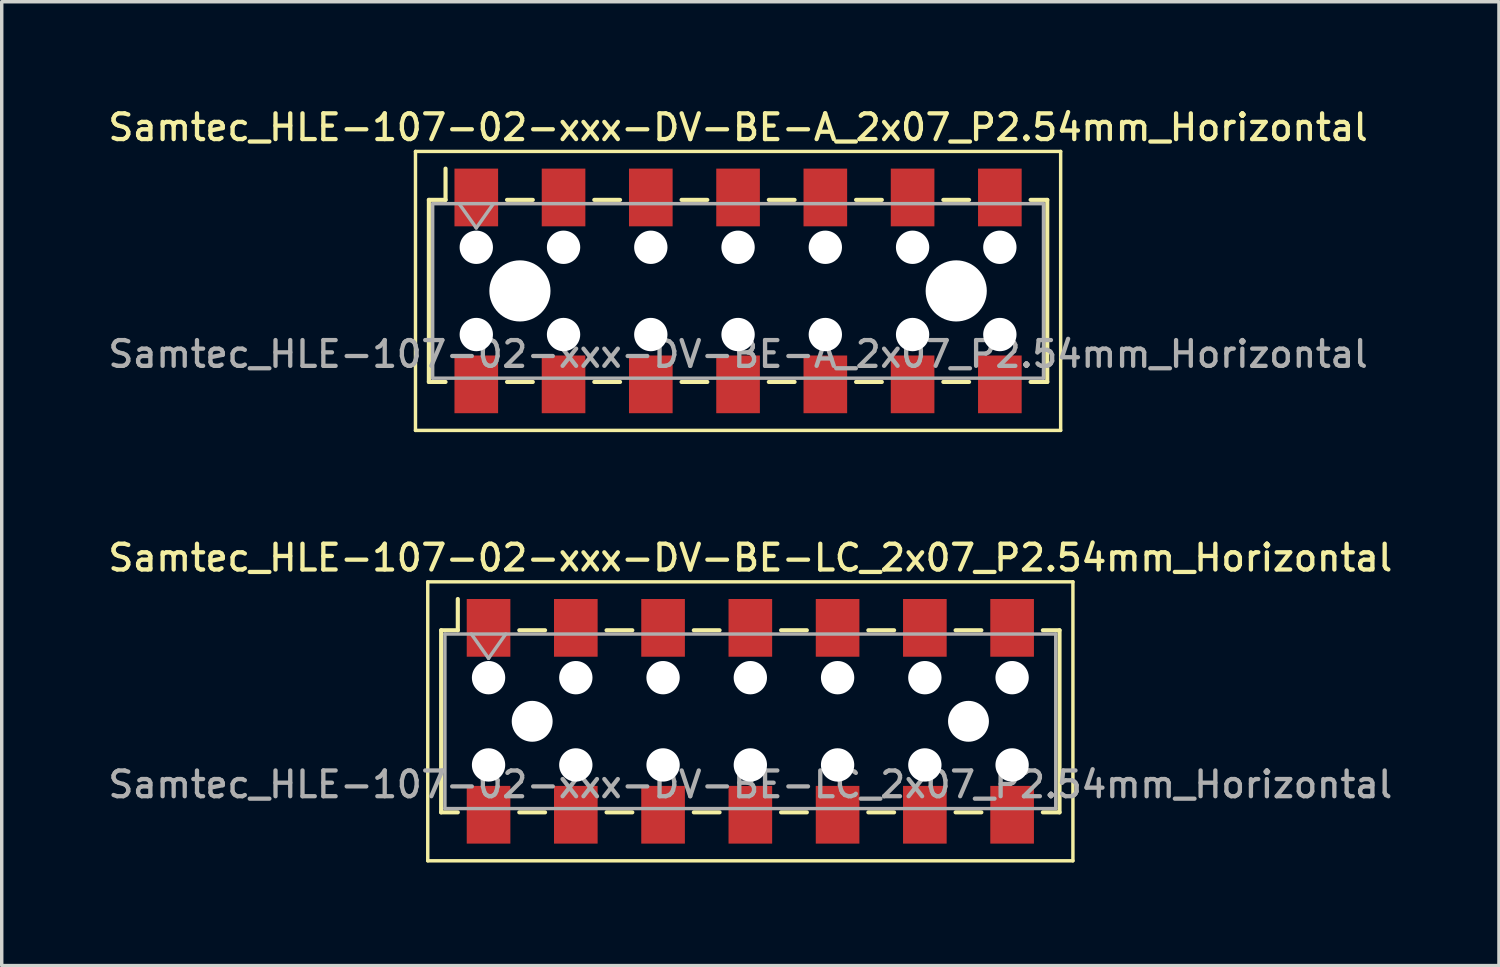
<source format=kicad_pcb>
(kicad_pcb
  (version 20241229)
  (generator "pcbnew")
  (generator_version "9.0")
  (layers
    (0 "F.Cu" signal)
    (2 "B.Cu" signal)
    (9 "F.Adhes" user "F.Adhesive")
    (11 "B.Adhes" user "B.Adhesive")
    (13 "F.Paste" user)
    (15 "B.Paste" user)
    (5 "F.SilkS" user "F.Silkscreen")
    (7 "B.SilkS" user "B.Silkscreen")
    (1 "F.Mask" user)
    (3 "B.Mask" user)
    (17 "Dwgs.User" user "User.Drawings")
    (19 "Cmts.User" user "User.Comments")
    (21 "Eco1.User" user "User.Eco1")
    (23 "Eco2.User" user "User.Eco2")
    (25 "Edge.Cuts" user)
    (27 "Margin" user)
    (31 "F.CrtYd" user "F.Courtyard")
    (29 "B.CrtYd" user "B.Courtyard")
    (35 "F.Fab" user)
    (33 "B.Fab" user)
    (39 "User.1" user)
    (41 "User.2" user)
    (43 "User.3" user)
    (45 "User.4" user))
  (footprint "Samtec_HLE-107-02-xxx-DV-BE-A_2x07_P2.54mm_Horizontal"
    (layer "F.Cu")
    (at 18.434 5.418)
    (property "Reference" "Samtec_HLE-107-02-xxx-DV-BE-A_2x07_P2.54mm_Horizontal" (at 0 -4.76 0) (layer "F.SilkS") (effects (font (size 0.75 0.75) (thickness 0.125))))
    (attr smd)
    (fp_line (start -9.39 -4.06) (end 9.39 -4.06) (stroke (width 0.1) (type solid)) (layer "F.SilkS"))
    (fp_line (start -9.39 4.06) (end -9.39 -4.06) (stroke (width 0.1) (type solid)) (layer "F.SilkS"))
    (fp_line (start -9 -2.65) (end -9 2.65) (stroke (width 0.12) (type solid)) (layer "F.SilkS"))
    (fp_line (start -9 2.65) (end -8.515 2.65) (stroke (width 0.12) (type solid)) (layer "F.SilkS"))
    (fp_line (start -8.515 -3.56) (end -8.515 -2.65) (stroke (width 0.12) (type solid)) (layer "F.SilkS"))
    (fp_line (start -8.515 -2.65) (end -9 -2.65) (stroke (width 0.12) (type solid)) (layer "F.SilkS"))
    (fp_line (start -6.725 -2.65) (end -5.975 -2.65) (stroke (width 0.12) (type solid)) (layer "F.SilkS"))
    (fp_line (start -6.725 2.65) (end -5.975 2.65) (stroke (width 0.12) (type solid)) (layer "F.SilkS"))
    (fp_line (start -4.185 -2.65) (end -3.435 -2.65) (stroke (width 0.12) (type solid)) (layer "F.SilkS"))
    (fp_line (start -4.185 2.65) (end -3.435 2.65) (stroke (width 0.12) (type solid)) (layer "F.SilkS"))
    (fp_line (start -1.645 -2.65) (end -0.895 -2.65) (stroke (width 0.12) (type solid)) (layer "F.SilkS"))
    (fp_line (start -1.645 2.65) (end -0.895 2.65) (stroke (width 0.12) (type solid)) (layer "F.SilkS"))
    (fp_line (start 0.895 -2.65) (end 1.645 -2.65) (stroke (width 0.12) (type solid)) (layer "F.SilkS"))
    (fp_line (start 0.895 2.65) (end 1.645 2.65) (stroke (width 0.12) (type solid)) (layer "F.SilkS"))
    (fp_line (start 3.435 -2.65) (end 4.185 -2.65) (stroke (width 0.12) (type solid)) (layer "F.SilkS"))
    (fp_line (start 3.435 2.65) (end 4.185 2.65) (stroke (width 0.12) (type solid)) (layer "F.SilkS"))
    (fp_line (start 5.975 -2.65) (end 6.725 -2.65) (stroke (width 0.12) (type solid)) (layer "F.SilkS"))
    (fp_line (start 5.975 2.65) (end 6.725 2.65) (stroke (width 0.12) (type solid)) (layer "F.SilkS"))
    (fp_line (start 8.515 -2.65) (end 9 -2.65) (stroke (width 0.12) (type solid)) (layer "F.SilkS"))
    (fp_line (start 9 -2.65) (end 9 2.65) (stroke (width 0.12) (type solid)) (layer "F.SilkS"))
    (fp_line (start 9 2.65) (end 8.515 2.65) (stroke (width 0.12) (type solid)) (layer "F.SilkS"))
    (fp_line (start 9.39 -4.06) (end 9.39 4.06) (stroke (width 0.1) (type solid)) (layer "F.SilkS"))
    (fp_line (start 9.39 4.06) (end -9.39 4.06) (stroke (width 0.1) (type solid)) (layer "F.SilkS"))
    (fp_line (start -8.89 -2.54) (end 8.89 -2.54) (stroke (width 0.1) (type solid)) (layer "F.Fab"))
    (fp_line (start -8.89 2.54) (end -8.89 -2.54) (stroke (width 0.1) (type solid)) (layer "F.Fab"))
    (fp_line (start -8.12 -2.54) (end -7.62 -1.833) (stroke (width 0.1) (type solid)) (layer "F.Fab"))
    (fp_line (start -7.62 -1.833) (end -7.12 -2.54) (stroke (width 0.1) (type solid)) (layer "F.Fab"))
    (fp_line (start 8.89 -2.54) (end 8.89 2.54) (stroke (width 0.1) (type solid)) (layer "F.Fab"))
    (fp_line (start 8.89 2.54) (end -8.89 2.54) (stroke (width 0.1) (type solid)) (layer "F.Fab"))
    (fp_text user "${REFERENCE}" (at 0 1.84 0) (layer "F.Fab") (effects (font (size 0.75 0.75) (thickness 0.125))))
    (pad "" np_thru_hole circle (at -7.62 -1.27) (size 0.97 0.97) (drill 0.97) (layers "*.Cu" "*.Mask"))
    (pad "" np_thru_hole circle (at -7.62 1.27) (size 0.97 0.97) (drill 0.97) (layers "*.Cu" "*.Mask"))
    (pad "" np_thru_hole circle (at -6.35 0) (size 1.78 1.78) (drill 1.78) (layers "*.Cu" "*.Mask"))
    (pad "" np_thru_hole circle (at -5.08 -1.27) (size 0.97 0.97) (drill 0.97) (layers "*.Cu" "*.Mask"))
    (pad "" np_thru_hole circle (at -5.08 1.27) (size 0.97 0.97) (drill 0.97) (layers "*.Cu" "*.Mask"))
    (pad "" np_thru_hole circle (at -2.54 -1.27) (size 0.97 0.97) (drill 0.97) (layers "*.Cu" "*.Mask"))
    (pad "" np_thru_hole circle (at -2.54 1.27) (size 0.97 0.97) (drill 0.97) (layers "*.Cu" "*.Mask"))
    (pad "" np_thru_hole circle (at 0 -1.27) (size 0.97 0.97) (drill 0.97) (layers "*.Cu" "*.Mask"))
    (pad "" np_thru_hole circle (at 0 1.27) (size 0.97 0.97) (drill 0.97) (layers "*.Cu" "*.Mask"))
    (pad "" np_thru_hole circle (at 2.54 -1.27) (size 0.97 0.97) (drill 0.97) (layers "*.Cu" "*.Mask"))
    (pad "" np_thru_hole circle (at 2.54 1.27) (size 0.97 0.97) (drill 0.97) (layers "*.Cu" "*.Mask"))
    (pad "" np_thru_hole circle (at 5.08 -1.27) (size 0.97 0.97) (drill 0.97) (layers "*.Cu" "*.Mask"))
    (pad "" np_thru_hole circle (at 5.08 1.27) (size 0.97 0.97) (drill 0.97) (layers "*.Cu" "*.Mask"))
    (pad "" np_thru_hole circle (at 6.35 0) (size 1.78 1.78) (drill 1.78) (layers "*.Cu" "*.Mask"))
    (pad "" np_thru_hole circle (at 7.62 -1.27) (size 0.97 0.97) (drill 0.97) (layers "*.Cu" "*.Mask"))
    (pad "" np_thru_hole circle (at 7.62 1.27) (size 0.97 0.97) (drill 0.97) (layers "*.Cu" "*.Mask"))
    (pad "1" smd rect (at -7.62 -2.72) (size 1.27 1.68) (layers "F.Cu" "F.Mask" "F.Paste"))
    (pad "2" smd rect (at -7.62 2.72) (size 1.27 1.68) (layers "F.Cu" "F.Mask" "F.Paste"))
    (pad "3" smd rect (at -5.08 -2.72) (size 1.27 1.68) (layers "F.Cu" "F.Mask" "F.Paste"))
    (pad "4" smd rect (at -5.08 2.72) (size 1.27 1.68) (layers "F.Cu" "F.Mask" "F.Paste"))
    (pad "5" smd rect (at -2.54 -2.72) (size 1.27 1.68) (layers "F.Cu" "F.Mask" "F.Paste"))
    (pad "6" smd rect (at -2.54 2.72) (size 1.27 1.68) (layers "F.Cu" "F.Mask" "F.Paste"))
    (pad "7" smd rect (at 0 -2.72) (size 1.27 1.68) (layers "F.Cu" "F.Mask" "F.Paste"))
    (pad "8" smd rect (at 0 2.72) (size 1.27 1.68) (layers "F.Cu" "F.Mask" "F.Paste"))
    (pad "9" smd rect (at 2.54 -2.72) (size 1.27 1.68) (layers "F.Cu" "F.Mask" "F.Paste"))
    (pad "10" smd rect (at 2.54 2.72) (size 1.27 1.68) (layers "F.Cu" "F.Mask" "F.Paste"))
    (pad "11" smd rect (at 5.08 -2.72) (size 1.27 1.68) (layers "F.Cu" "F.Mask" "F.Paste"))
    (pad "12" smd rect (at 5.08 2.72) (size 1.27 1.68) (layers "F.Cu" "F.Mask" "F.Paste"))
    (pad "13" smd rect (at 7.62 -2.72) (size 1.27 1.68) (layers "F.Cu" "F.Mask" "F.Paste"))
    (pad "14" smd rect (at 7.62 2.72) (size 1.27 1.68) (layers "F.Cu" "F.Mask" "F.Paste")))
  (footprint "Samtec_HLE-107-02-xxx-DV-BE-LC_2x07_P2.54mm_Horizontal"
    (layer "F.Cu")
    (at 18.791 17.946)
    (property "Reference" "Samtec_HLE-107-02-xxx-DV-BE-LC_2x07_P2.54mm_Horizontal" (at 0 -4.76 0) (layer "F.SilkS") (effects (font (size 0.75 0.75) (thickness 0.125))))
    (attr smd)
    (fp_line (start -9.39 -4.06) (end 9.39 -4.06) (stroke (width 0.1) (type solid)) (layer "F.SilkS"))
    (fp_line (start -9.39 4.06) (end -9.39 -4.06) (stroke (width 0.1) (type solid)) (layer "F.SilkS"))
    (fp_line (start -9 -2.65) (end -9 2.65) (stroke (width 0.12) (type solid)) (layer "F.SilkS"))
    (fp_line (start -9 2.65) (end -8.515 2.65) (stroke (width 0.12) (type solid)) (layer "F.SilkS"))
    (fp_line (start -8.515 -3.56) (end -8.515 -2.65) (stroke (width 0.12) (type solid)) (layer "F.SilkS"))
    (fp_line (start -8.515 -2.65) (end -9 -2.65) (stroke (width 0.12) (type solid)) (layer "F.SilkS"))
    (fp_line (start -6.725 -2.65) (end -5.975 -2.65) (stroke (width 0.12) (type solid)) (layer "F.SilkS"))
    (fp_line (start -6.725 2.65) (end -5.975 2.65) (stroke (width 0.12) (type solid)) (layer "F.SilkS"))
    (fp_line (start -4.185 -2.65) (end -3.435 -2.65) (stroke (width 0.12) (type solid)) (layer "F.SilkS"))
    (fp_line (start -4.185 2.65) (end -3.435 2.65) (stroke (width 0.12) (type solid)) (layer "F.SilkS"))
    (fp_line (start -1.645 -2.65) (end -0.895 -2.65) (stroke (width 0.12) (type solid)) (layer "F.SilkS"))
    (fp_line (start -1.645 2.65) (end -0.895 2.65) (stroke (width 0.12) (type solid)) (layer "F.SilkS"))
    (fp_line (start 0.895 -2.65) (end 1.645 -2.65) (stroke (width 0.12) (type solid)) (layer "F.SilkS"))
    (fp_line (start 0.895 2.65) (end 1.645 2.65) (stroke (width 0.12) (type solid)) (layer "F.SilkS"))
    (fp_line (start 3.435 -2.65) (end 4.185 -2.65) (stroke (width 0.12) (type solid)) (layer "F.SilkS"))
    (fp_line (start 3.435 2.65) (end 4.185 2.65) (stroke (width 0.12) (type solid)) (layer "F.SilkS"))
    (fp_line (start 5.975 -2.65) (end 6.725 -2.65) (stroke (width 0.12) (type solid)) (layer "F.SilkS"))
    (fp_line (start 5.975 2.65) (end 6.725 2.65) (stroke (width 0.12) (type solid)) (layer "F.SilkS"))
    (fp_line (start 8.515 -2.65) (end 9 -2.65) (stroke (width 0.12) (type solid)) (layer "F.SilkS"))
    (fp_line (start 9 -2.65) (end 9 2.65) (stroke (width 0.12) (type solid)) (layer "F.SilkS"))
    (fp_line (start 9 2.65) (end 8.515 2.65) (stroke (width 0.12) (type solid)) (layer "F.SilkS"))
    (fp_line (start 9.39 -4.06) (end 9.39 4.06) (stroke (width 0.1) (type solid)) (layer "F.SilkS"))
    (fp_line (start 9.39 4.06) (end -9.39 4.06) (stroke (width 0.1) (type solid)) (layer "F.SilkS"))
    (fp_line (start -8.89 -2.54) (end 8.89 -2.54) (stroke (width 0.1) (type solid)) (layer "F.Fab"))
    (fp_line (start -8.89 2.54) (end -8.89 -2.54) (stroke (width 0.1) (type solid)) (layer "F.Fab"))
    (fp_line (start -8.12 -2.54) (end -7.62 -1.833) (stroke (width 0.1) (type solid)) (layer "F.Fab"))
    (fp_line (start -7.62 -1.833) (end -7.12 -2.54) (stroke (width 0.1) (type solid)) (layer "F.Fab"))
    (fp_line (start 8.89 -2.54) (end 8.89 2.54) (stroke (width 0.1) (type solid)) (layer "F.Fab"))
    (fp_line (start 8.89 2.54) (end -8.89 2.54) (stroke (width 0.1) (type solid)) (layer "F.Fab"))
    (fp_text user "${REFERENCE}" (at 0 1.84 0) (layer "F.Fab") (effects (font (size 0.75 0.75) (thickness 0.125))))
    (pad "" np_thru_hole circle (at -7.62 -1.27) (size 0.97 0.97) (drill 0.97) (layers "*.Cu" "*.Mask"))
    (pad "" np_thru_hole circle (at -7.62 1.27) (size 0.97 0.97) (drill 0.97) (layers "*.Cu" "*.Mask"))
    (pad "" np_thru_hole circle (at -6.35 0) (size 1.19 1.19) (drill 1.19) (layers "*.Cu" "*.Mask"))
    (pad "" np_thru_hole circle (at -5.08 -1.27) (size 0.97 0.97) (drill 0.97) (layers "*.Cu" "*.Mask"))
    (pad "" np_thru_hole circle (at -5.08 1.27) (size 0.97 0.97) (drill 0.97) (layers "*.Cu" "*.Mask"))
    (pad "" np_thru_hole circle (at -2.54 -1.27) (size 0.97 0.97) (drill 0.97) (layers "*.Cu" "*.Mask"))
    (pad "" np_thru_hole circle (at -2.54 1.27) (size 0.97 0.97) (drill 0.97) (layers "*.Cu" "*.Mask"))
    (pad "" np_thru_hole circle (at 0 -1.27) (size 0.97 0.97) (drill 0.97) (layers "*.Cu" "*.Mask"))
    (pad "" np_thru_hole circle (at 0 1.27) (size 0.97 0.97) (drill 0.97) (layers "*.Cu" "*.Mask"))
    (pad "" np_thru_hole circle (at 2.54 -1.27) (size 0.97 0.97) (drill 0.97) (layers "*.Cu" "*.Mask"))
    (pad "" np_thru_hole circle (at 2.54 1.27) (size 0.97 0.97) (drill 0.97) (layers "*.Cu" "*.Mask"))
    (pad "" np_thru_hole circle (at 5.08 -1.27) (size 0.97 0.97) (drill 0.97) (layers "*.Cu" "*.Mask"))
    (pad "" np_thru_hole circle (at 5.08 1.27) (size 0.97 0.97) (drill 0.97) (layers "*.Cu" "*.Mask"))
    (pad "" np_thru_hole circle (at 6.35 0) (size 1.19 1.19) (drill 1.19) (layers "*.Cu" "*.Mask"))
    (pad "" np_thru_hole circle (at 7.62 -1.27) (size 0.97 0.97) (drill 0.97) (layers "*.Cu" "*.Mask"))
    (pad "" np_thru_hole circle (at 7.62 1.27) (size 0.97 0.97) (drill 0.97) (layers "*.Cu" "*.Mask"))
    (pad "1" smd rect (at -7.62 -2.72) (size 1.27 1.68) (layers "F.Cu" "F.Mask" "F.Paste"))
    (pad "2" smd rect (at -7.62 2.72) (size 1.27 1.68) (layers "F.Cu" "F.Mask" "F.Paste"))
    (pad "3" smd rect (at -5.08 -2.72) (size 1.27 1.68) (layers "F.Cu" "F.Mask" "F.Paste"))
    (pad "4" smd rect (at -5.08 2.72) (size 1.27 1.68) (layers "F.Cu" "F.Mask" "F.Paste"))
    (pad "5" smd rect (at -2.54 -2.72) (size 1.27 1.68) (layers "F.Cu" "F.Mask" "F.Paste"))
    (pad "6" smd rect (at -2.54 2.72) (size 1.27 1.68) (layers "F.Cu" "F.Mask" "F.Paste"))
    (pad "7" smd rect (at 0 -2.72) (size 1.27 1.68) (layers "F.Cu" "F.Mask" "F.Paste"))
    (pad "8" smd rect (at 0 2.72) (size 1.27 1.68) (layers "F.Cu" "F.Mask" "F.Paste"))
    (pad "9" smd rect (at 2.54 -2.72) (size 1.27 1.68) (layers "F.Cu" "F.Mask" "F.Paste"))
    (pad "10" smd rect (at 2.54 2.72) (size 1.27 1.68) (layers "F.Cu" "F.Mask" "F.Paste"))
    (pad "11" smd rect (at 5.08 -2.72) (size 1.27 1.68) (layers "F.Cu" "F.Mask" "F.Paste"))
    (pad "12" smd rect (at 5.08 2.72) (size 1.27 1.68) (layers "F.Cu" "F.Mask" "F.Paste"))
    (pad "13" smd rect (at 7.62 -2.72) (size 1.27 1.68) (layers "F.Cu" "F.Mask" "F.Paste"))
    (pad "14" smd rect (at 7.62 2.72) (size 1.27 1.68) (layers "F.Cu" "F.Mask" "F.Paste")))
  (gr_rect
    (start -3 -3)
    (end 40.582 25.056)
    (stroke (width 0.1) (type default))
    (fill no)
    (layer "Edge.Cuts")))
</source>
